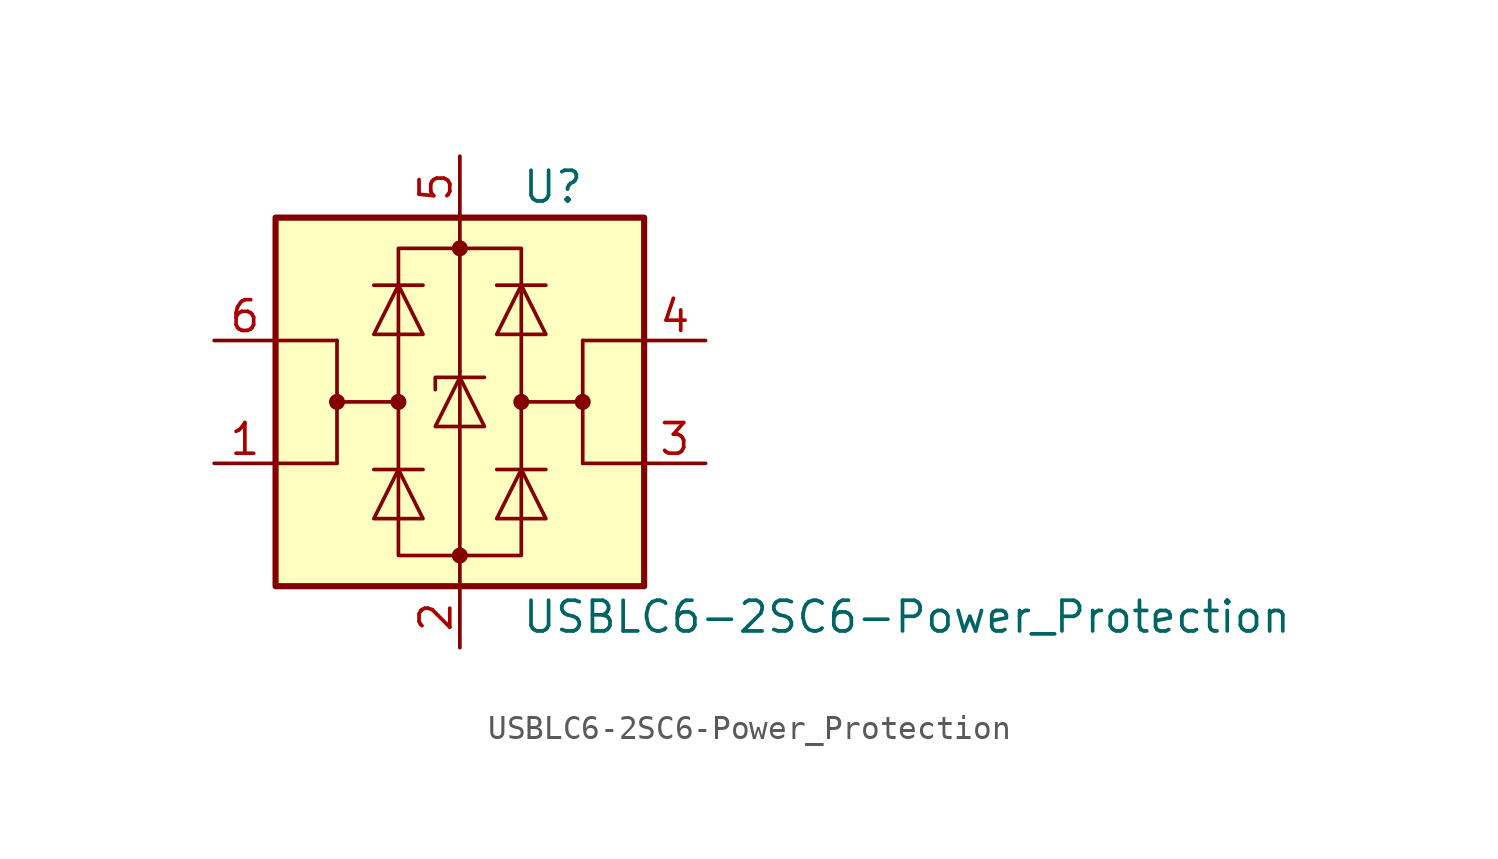
<source format=kicad_sym>
(kicad_symbol_lib
  (version 20241209)
  (generator "kicad_symbol_editor")
  (generator_version "9.0")
  (symbol "USBLC6-2SC6-Power_Protection"
    (pin_names
      (hide yes))
    (property "Reference" "U"
      (at 2.54 8.89 0)
      (effects (font (size 1.27 1.27)) (justify left)))
    (property "Value" "USBLC6-2SC6-Power_Protection"
      (at 2.54 -8.89 0)
      (effects (font (size 1.27 1.27)) (justify left)))
    (symbol "USBLC6-2SC6-Power_Protection_0_1"
      (rectangle (start -7.62 -7.62) (end 7.62 7.62) (stroke (width 0.254) (type solid)) (fill (type background)))
      (polyline (pts (xy -5.08 2.54) (xy -7.62 2.54)) (stroke (width 0) (type solid)) (fill (type none)))
      (circle (center -5.08 0) (radius 0.254) (stroke (width 0) (type solid)) (fill (type outline)))
      (polyline (pts (xy -5.08 0) (xy -5.08 -2.54)) (stroke (width 0) (type solid)) (fill (type none)))
      (polyline (pts (xy -5.08 -2.54) (xy -7.62 -2.54)) (stroke (width 0) (type solid)) (fill (type none)))
      (polyline (pts (xy -3.556 2.794) (xy -1.524 2.794) (xy -2.54 4.826) (xy -3.556 2.794)) (stroke (width 0) (type solid)) (fill (type none)))
      (polyline (pts (xy -3.556 -4.826) (xy -1.524 -4.826) (xy -2.54 -2.794) (xy -3.556 -4.826)) (stroke (width 0) (type solid)) (fill (type none)))
      (rectangle (start -2.54 6.35) (end 2.54 -6.35) (stroke (width 0) (type solid)) (fill (type none)))
      (circle (center -2.54 0) (radius 0.254) (stroke (width 0) (type solid)) (fill (type outline)))
      (polyline (pts (xy -2.54 0) (xy -5.08 0) (xy -5.08 2.54)) (stroke (width 0) (type solid)) (fill (type none)))
      (polyline (pts (xy -1.524 4.826) (xy -3.556 4.826)) (stroke (width 0) (type solid)) (fill (type none)))
      (polyline (pts (xy -1.524 -2.794) (xy -3.556 -2.794)) (stroke (width 0) (type solid)) (fill (type none)))
      (polyline (pts (xy -1.016 -1.016) (xy 1.016 -1.016) (xy 0 1.016) (xy -1.016 -1.016)) (stroke (width 0) (type solid)) (fill (type none)))
      (circle (center 0 6.35) (radius 0.254) (stroke (width 0) (type solid)) (fill (type outline)))
      (polyline (pts (xy 0 6.35) (xy 0 7.62)) (stroke (width 0) (type solid)) (fill (type none)))
      (polyline (pts (xy 0 1.27) (xy 0 6.35)) (stroke (width 0) (type solid)) (fill (type none)))
      (polyline (pts (xy 0 -6.35) (xy 0 1.27)) (stroke (width 0) (type solid)) (fill (type none)))
      (circle (center 0 -6.35) (radius 0.254) (stroke (width 0) (type solid)) (fill (type outline)))
      (polyline (pts (xy 0 -7.62) (xy 0 -6.35)) (stroke (width 0) (type solid)) (fill (type none)))
      (polyline (pts (xy 1.016 1.016) (xy 0.762 1.016) (xy -1.016 1.016) (xy -1.016 0.508)) (stroke (width 0) (type solid)) (fill (type none)))
      (polyline (pts (xy 1.524 4.826) (xy 3.556 4.826)) (stroke (width 0) (type solid)) (fill (type none)))
      (polyline (pts (xy 1.524 -2.794) (xy 3.556 -2.794)) (stroke (width 0) (type solid)) (fill (type none)))
      (polyline (pts (xy 2.54 0) (xy 5.08 0) (xy 5.08 2.54)) (stroke (width 0) (type solid)) (fill (type none)))
      (circle (center 2.54 0) (radius 0.254) (stroke (width 0) (type solid)) (fill (type outline)))
      (polyline (pts (xy 3.556 2.794) (xy 1.524 2.794) (xy 2.54 4.826) (xy 3.556 2.794)) (stroke (width 0) (type solid)) (fill (type none)))
      (polyline (pts (xy 3.556 -4.826) (xy 1.524 -4.826) (xy 2.54 -2.794) (xy 3.556 -4.826)) (stroke (width 0) (type solid)) (fill (type none)))
      (polyline (pts (xy 5.08 2.54) (xy 7.62 2.54)) (stroke (width 0) (type solid)) (fill (type none)))
      (polyline (pts (xy 5.08 0) (xy 5.08 -2.54)) (stroke (width 0) (type solid)) (fill (type none)))
      (circle (center 5.08 0) (radius 0.254) (stroke (width 0) (type solid)) (fill (type outline)))
      (polyline (pts (xy 5.08 -2.54) (xy 7.62 -2.54)) (stroke (width 0) (type solid)) (fill (type none))))
    (symbol "USBLC6-2SC6-Power_Protection_1_1"
      (pin passive line (at -10.16 2.54 0) (length 2.54) (name "I/O1" (effects (font (size 1.27 1.27)))) (number "6" (effects (font (size 1.27 1.27)))))
      (pin passive line (at -10.16 -2.54 0) (length 2.54) (name "I/O1" (effects (font (size 1.27 1.27)))) (number "1" (effects (font (size 1.27 1.27)))))
      (pin passive line (at 0 10.16 270) (length 2.54) (name "VBUS" (effects (font (size 1.27 1.27)))) (number "5" (effects (font (size 1.27 1.27)))))
      (pin passive line (at 0 -10.16 90) (length 2.54) (name "GND" (effects (font (size 1.27 1.27)))) (number "2" (effects (font (size 1.27 1.27)))))
      (pin passive line (at 10.16 2.54 180) (length 2.54) (name "I/O2" (effects (font (size 1.27 1.27)))) (number "4" (effects (font (size 1.27 1.27)))))
      (pin passive line (at 10.16 -2.54 180) (length 2.54) (name "I/O2" (effects (font (size 1.27 1.27)))) (number "3" (effects (font (size 1.27 1.27))))))))
</source>
